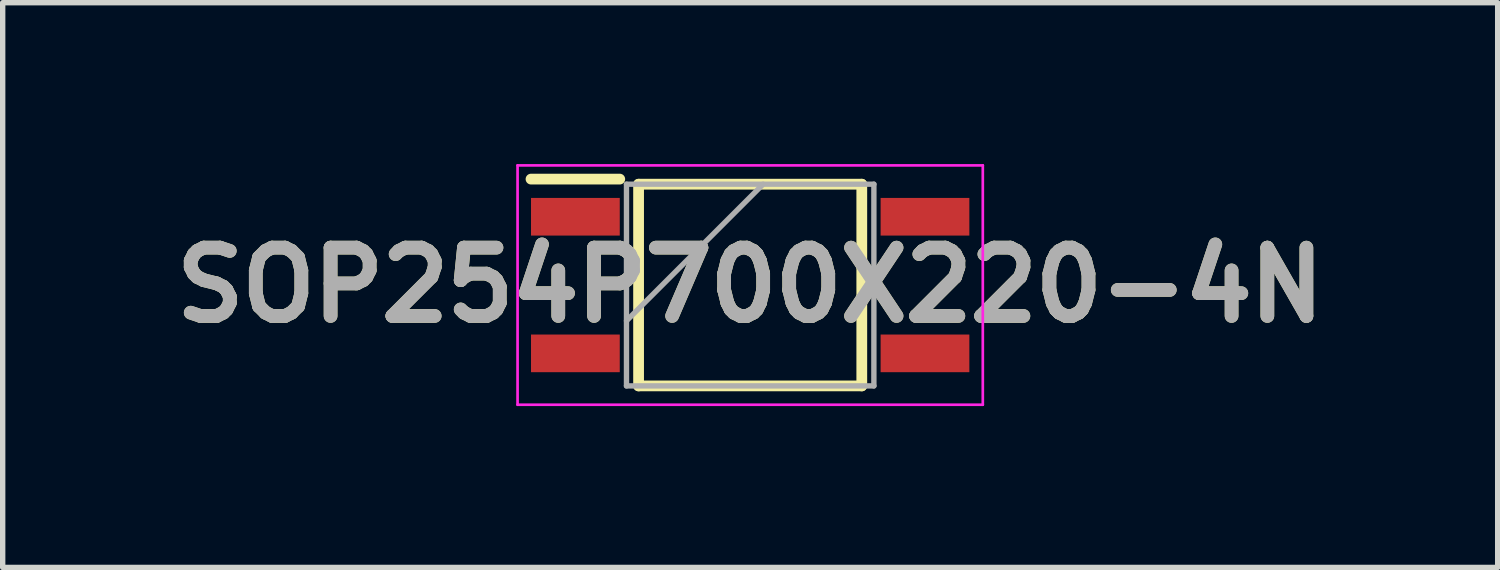
<source format=kicad_pcb>
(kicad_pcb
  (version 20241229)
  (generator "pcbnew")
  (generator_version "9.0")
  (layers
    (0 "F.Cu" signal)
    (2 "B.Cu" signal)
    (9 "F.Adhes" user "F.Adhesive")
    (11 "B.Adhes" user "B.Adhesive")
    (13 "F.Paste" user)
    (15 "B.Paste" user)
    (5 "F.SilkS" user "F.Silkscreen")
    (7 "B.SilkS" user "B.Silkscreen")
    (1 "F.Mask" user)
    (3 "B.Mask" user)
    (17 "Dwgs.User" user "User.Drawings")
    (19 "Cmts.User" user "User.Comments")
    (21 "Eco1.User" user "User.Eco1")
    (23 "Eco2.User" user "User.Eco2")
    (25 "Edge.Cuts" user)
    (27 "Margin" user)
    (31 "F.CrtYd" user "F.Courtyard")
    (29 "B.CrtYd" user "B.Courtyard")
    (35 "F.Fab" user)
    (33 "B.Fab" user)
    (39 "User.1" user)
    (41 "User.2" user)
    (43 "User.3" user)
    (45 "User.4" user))
  (footprint "SOP254P700X220-4N"
    (layer "F.Cu")
    (at 10.898 2.25)
    (property "Reference" "SOP254P700X220-4N" (at 0 0 0) (layer "F.SilkS") (effects (font (size 1.27 1.27) (thickness 0.254))))
    (attr smd)
    (fp_line (start -4.075 -1.97) (end -2.425 -1.97) (stroke (width 0.2) (type solid)) (layer "F.SilkS"))
    (fp_line (start -2.075 -1.875) (end 2.075 -1.875) (stroke (width 0.2) (type solid)) (layer "F.SilkS"))
    (fp_line (start -2.075 1.875) (end -2.075 -1.875) (stroke (width 0.2) (type solid)) (layer "F.SilkS"))
    (fp_line (start 2.075 -1.875) (end 2.075 1.875) (stroke (width 0.2) (type solid)) (layer "F.SilkS"))
    (fp_line (start 2.075 1.875) (end -2.075 1.875) (stroke (width 0.2) (type solid)) (layer "F.SilkS"))
    (fp_line (start -4.325 -2.225) (end 4.325 -2.225) (stroke (width 0.05) (type solid)) (layer "F.CrtYd"))
    (fp_line (start -4.325 2.225) (end -4.325 -2.225) (stroke (width 0.05) (type solid)) (layer "F.CrtYd"))
    (fp_line (start 4.325 -2.225) (end 4.325 2.225) (stroke (width 0.05) (type solid)) (layer "F.CrtYd"))
    (fp_line (start 4.325 2.225) (end -4.325 2.225) (stroke (width 0.05) (type solid)) (layer "F.CrtYd"))
    (fp_line (start -2.3 -1.875) (end 2.3 -1.875) (stroke (width 0.1) (type solid)) (layer "F.Fab"))
    (fp_line (start -2.3 0.665) (end 0.24 -1.875) (stroke (width 0.1) (type solid)) (layer "F.Fab"))
    (fp_line (start -2.3 1.875) (end -2.3 -1.875) (stroke (width 0.1) (type solid)) (layer "F.Fab"))
    (fp_line (start 2.3 -1.875) (end 2.3 1.875) (stroke (width 0.1) (type solid)) (layer "F.Fab"))
    (fp_line (start 2.3 1.875) (end -2.3 1.875) (stroke (width 0.1) (type solid)) (layer "F.Fab"))
    (fp_text user "${REFERENCE}" (at 0 0 0) (layer "F.Fab") (effects (font (size 1.27 1.27) (thickness 0.254))))
    (pad "1" smd rect (at -3.25 -1.27 90) (size 0.7 1.65) (layers "F.Cu" "F.Mask" "F.Paste"))
    (pad "2" smd rect (at -3.25 1.27 90) (size 0.7 1.65) (layers "F.Cu" "F.Mask" "F.Paste"))
    (pad "3" smd rect (at 3.25 1.27 90) (size 0.7 1.65) (layers "F.Cu" "F.Mask" "F.Paste"))
    (pad "4" smd rect (at 3.25 -1.27 90) (size 0.7 1.65) (layers "F.Cu" "F.Mask" "F.Paste")))
  (gr_rect
    (start -3 -3)
    (end 24.796 7.5)
    (stroke (width 0.1) (type default))
    (fill no)
    (layer "Edge.Cuts")))
</source>
